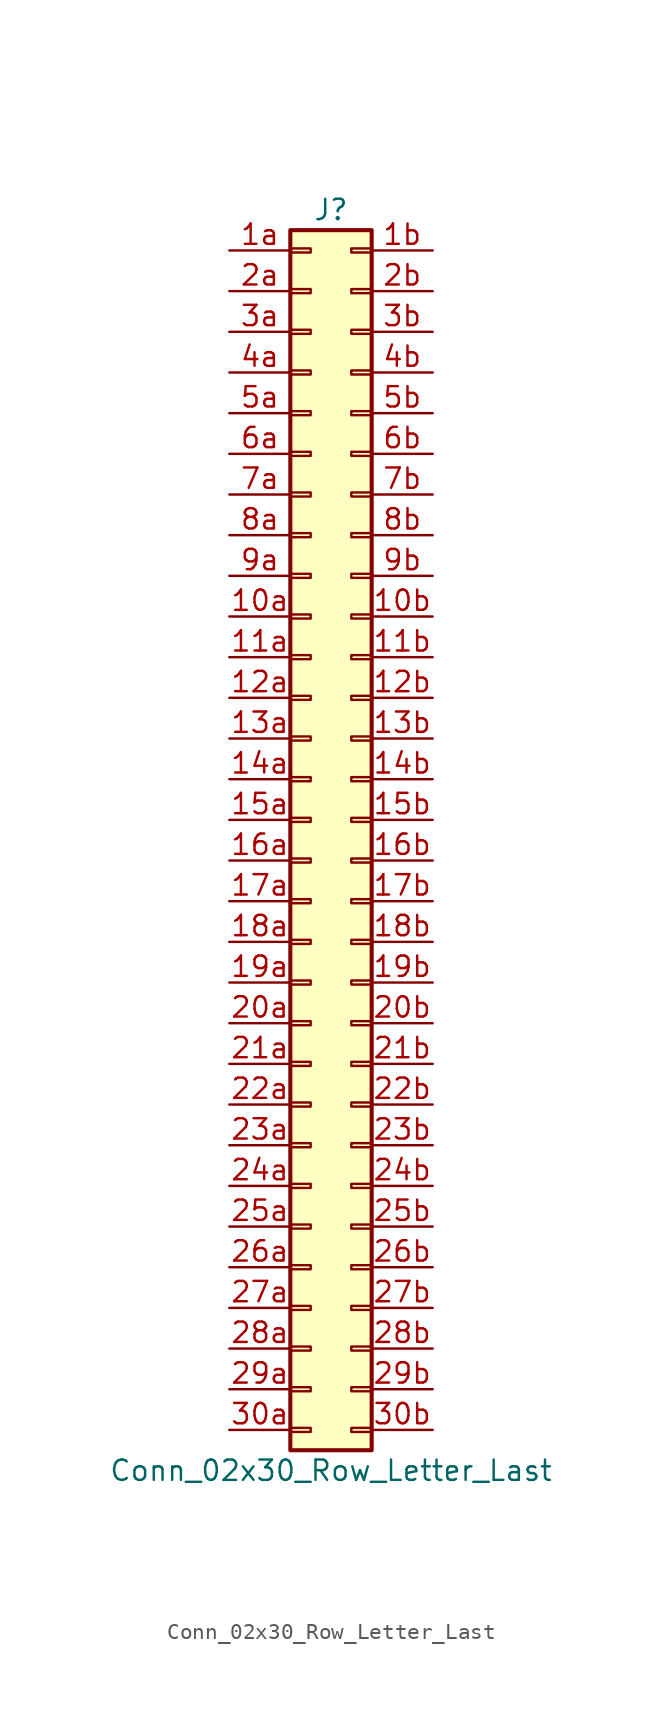
<source format=kicad_sym>
(kicad_symbol_lib
  (version 20220914)
  (generator kicad_symbol_editor)
  (symbol "Conn_02x30_Row_Letter_Last"
    (pin_names
      (offset 1.016) hide)
    (property "Reference" "J"
      (at 1.27 38.1 0)
      (effects (font (size 1.27 1.27))))
    (property "Value" "Conn_02x30_Row_Letter_Last"
      (at 1.27 -40.64 0)
      (effects (font (size 1.27 1.27))))
    (symbol "Conn_02x30_Row_Letter_Last_1_1"
      (rectangle (start -1.27 -37.973) (end 0 -38.227) (stroke (width 0.152) (type solid)) (fill (type none)))
      (rectangle (start -1.27 -35.433) (end 0 -35.687) (stroke (width 0.152) (type solid)) (fill (type none)))
      (rectangle (start -1.27 -32.893) (end 0 -33.147) (stroke (width 0.152) (type solid)) (fill (type none)))
      (rectangle (start -1.27 -30.353) (end 0 -30.607) (stroke (width 0.152) (type solid)) (fill (type none)))
      (rectangle (start -1.27 -27.813) (end 0 -28.067) (stroke (width 0.152) (type solid)) (fill (type none)))
      (rectangle (start -1.27 -25.273) (end 0 -25.527) (stroke (width 0.152) (type solid)) (fill (type none)))
      (rectangle (start -1.27 -22.733) (end 0 -22.987) (stroke (width 0.152) (type solid)) (fill (type none)))
      (rectangle (start -1.27 -20.193) (end 0 -20.447) (stroke (width 0.152) (type solid)) (fill (type none)))
      (rectangle (start -1.27 -17.653) (end 0 -17.907) (stroke (width 0.152) (type solid)) (fill (type none)))
      (rectangle (start -1.27 -15.113) (end 0 -15.367) (stroke (width 0.152) (type solid)) (fill (type none)))
      (rectangle (start -1.27 -12.573) (end 0 -12.827) (stroke (width 0.152) (type solid)) (fill (type none)))
      (rectangle (start -1.27 -10.033) (end 0 -10.287) (stroke (width 0.152) (type solid)) (fill (type none)))
      (rectangle (start -1.27 -7.493) (end 0 -7.747) (stroke (width 0.152) (type solid)) (fill (type none)))
      (rectangle (start -1.27 -4.953) (end 0 -5.207) (stroke (width 0.152) (type solid)) (fill (type none)))
      (rectangle (start -1.27 -2.413) (end 0 -2.667) (stroke (width 0.152) (type solid)) (fill (type none)))
      (rectangle (start -1.27 0.127) (end 0 -0.127) (stroke (width 0.152) (type solid)) (fill (type none)))
      (rectangle (start -1.27 2.667) (end 0 2.413) (stroke (width 0.152) (type solid)) (fill (type none)))
      (rectangle (start -1.27 5.207) (end 0 4.953) (stroke (width 0.152) (type solid)) (fill (type none)))
      (rectangle (start -1.27 7.747) (end 0 7.493) (stroke (width 0.152) (type solid)) (fill (type none)))
      (rectangle (start -1.27 10.287) (end 0 10.033) (stroke (width 0.152) (type solid)) (fill (type none)))
      (rectangle (start -1.27 12.827) (end 0 12.573) (stroke (width 0.152) (type solid)) (fill (type none)))
      (rectangle (start -1.27 15.367) (end 0 15.113) (stroke (width 0.152) (type solid)) (fill (type none)))
      (rectangle (start -1.27 17.907) (end 0 17.653) (stroke (width 0.152) (type solid)) (fill (type none)))
      (rectangle (start -1.27 20.447) (end 0 20.193) (stroke (width 0.152) (type solid)) (fill (type none)))
      (rectangle (start -1.27 22.987) (end 0 22.733) (stroke (width 0.152) (type solid)) (fill (type none)))
      (rectangle (start -1.27 25.527) (end 0 25.273) (stroke (width 0.152) (type solid)) (fill (type none)))
      (rectangle (start -1.27 28.067) (end 0 27.813) (stroke (width 0.152) (type solid)) (fill (type none)))
      (rectangle (start -1.27 30.607) (end 0 30.353) (stroke (width 0.152) (type solid)) (fill (type none)))
      (rectangle (start -1.27 33.147) (end 0 32.893) (stroke (width 0.152) (type solid)) (fill (type none)))
      (rectangle (start -1.27 35.687) (end 0 35.433) (stroke (width 0.152) (type solid)) (fill (type none)))
      (rectangle (start -1.27 36.83) (end 3.81 -39.37) (stroke (width 0.254) (type solid)) (fill (type background)))
      (rectangle (start 3.81 -37.973) (end 2.54 -38.227) (stroke (width 0.152) (type solid)) (fill (type none)))
      (rectangle (start 3.81 -35.433) (end 2.54 -35.687) (stroke (width 0.152) (type solid)) (fill (type none)))
      (rectangle (start 3.81 -32.893) (end 2.54 -33.147) (stroke (width 0.152) (type solid)) (fill (type none)))
      (rectangle (start 3.81 -30.353) (end 2.54 -30.607) (stroke (width 0.152) (type solid)) (fill (type none)))
      (rectangle (start 3.81 -27.813) (end 2.54 -28.067) (stroke (width 0.152) (type solid)) (fill (type none)))
      (rectangle (start 3.81 -25.273) (end 2.54 -25.527) (stroke (width 0.152) (type solid)) (fill (type none)))
      (rectangle (start 3.81 -22.733) (end 2.54 -22.987) (stroke (width 0.152) (type solid)) (fill (type none)))
      (rectangle (start 3.81 -20.193) (end 2.54 -20.447) (stroke (width 0.152) (type solid)) (fill (type none)))
      (rectangle (start 3.81 -17.653) (end 2.54 -17.907) (stroke (width 0.152) (type solid)) (fill (type none)))
      (rectangle (start 3.81 -15.113) (end 2.54 -15.367) (stroke (width 0.152) (type solid)) (fill (type none)))
      (rectangle (start 3.81 -12.573) (end 2.54 -12.827) (stroke (width 0.152) (type solid)) (fill (type none)))
      (rectangle (start 3.81 -10.033) (end 2.54 -10.287) (stroke (width 0.152) (type solid)) (fill (type none)))
      (rectangle (start 3.81 -7.493) (end 2.54 -7.747) (stroke (width 0.152) (type solid)) (fill (type none)))
      (rectangle (start 3.81 -4.953) (end 2.54 -5.207) (stroke (width 0.152) (type solid)) (fill (type none)))
      (rectangle (start 3.81 -2.413) (end 2.54 -2.667) (stroke (width 0.152) (type solid)) (fill (type none)))
      (rectangle (start 3.81 0.127) (end 2.54 -0.127) (stroke (width 0.152) (type solid)) (fill (type none)))
      (rectangle (start 3.81 2.667) (end 2.54 2.413) (stroke (width 0.152) (type solid)) (fill (type none)))
      (rectangle (start 3.81 5.207) (end 2.54 4.953) (stroke (width 0.152) (type solid)) (fill (type none)))
      (rectangle (start 3.81 7.747) (end 2.54 7.493) (stroke (width 0.152) (type solid)) (fill (type none)))
      (rectangle (start 3.81 10.287) (end 2.54 10.033) (stroke (width 0.152) (type solid)) (fill (type none)))
      (rectangle (start 3.81 12.827) (end 2.54 12.573) (stroke (width 0.152) (type solid)) (fill (type none)))
      (rectangle (start 3.81 15.367) (end 2.54 15.113) (stroke (width 0.152) (type solid)) (fill (type none)))
      (rectangle (start 3.81 17.907) (end 2.54 17.653) (stroke (width 0.152) (type solid)) (fill (type none)))
      (rectangle (start 3.81 20.447) (end 2.54 20.193) (stroke (width 0.152) (type solid)) (fill (type none)))
      (rectangle (start 3.81 22.987) (end 2.54 22.733) (stroke (width 0.152) (type solid)) (fill (type none)))
      (rectangle (start 3.81 25.527) (end 2.54 25.273) (stroke (width 0.152) (type solid)) (fill (type none)))
      (rectangle (start 3.81 28.067) (end 2.54 27.813) (stroke (width 0.152) (type solid)) (fill (type none)))
      (rectangle (start 3.81 30.607) (end 2.54 30.353) (stroke (width 0.152) (type solid)) (fill (type none)))
      (rectangle (start 3.81 33.147) (end 2.54 32.893) (stroke (width 0.152) (type solid)) (fill (type none)))
      (rectangle (start 3.81 35.687) (end 2.54 35.433) (stroke (width 0.152) (type solid)) (fill (type none)))
      (pin passive line (at -5.08 12.7 0) (length 3.81) (name "Pin_10a" (effects (font (size 1.27 1.27)))) (number "10a" (effects (font (size 1.27 1.27)))))
      (pin passive line (at 7.62 12.7 180) (length 3.81) (name "Pin_10b" (effects (font (size 1.27 1.27)))) (number "10b" (effects (font (size 1.27 1.27)))))
      (pin passive line (at -5.08 10.16 0) (length 3.81) (name "Pin_11a" (effects (font (size 1.27 1.27)))) (number "11a" (effects (font (size 1.27 1.27)))))
      (pin passive line (at 7.62 10.16 180) (length 3.81) (name "Pin_11b" (effects (font (size 1.27 1.27)))) (number "11b" (effects (font (size 1.27 1.27)))))
      (pin passive line (at -5.08 7.62 0) (length 3.81) (name "Pin_12a" (effects (font (size 1.27 1.27)))) (number "12a" (effects (font (size 1.27 1.27)))))
      (pin passive line (at 7.62 7.62 180) (length 3.81) (name "Pin_12b" (effects (font (size 1.27 1.27)))) (number "12b" (effects (font (size 1.27 1.27)))))
      (pin passive line (at -5.08 5.08 0) (length 3.81) (name "Pin_13a" (effects (font (size 1.27 1.27)))) (number "13a" (effects (font (size 1.27 1.27)))))
      (pin passive line (at 7.62 5.08 180) (length 3.81) (name "Pin_13b" (effects (font (size 1.27 1.27)))) (number "13b" (effects (font (size 1.27 1.27)))))
      (pin passive line (at -5.08 2.54 0) (length 3.81) (name "Pin_14a" (effects (font (size 1.27 1.27)))) (number "14a" (effects (font (size 1.27 1.27)))))
      (pin passive line (at 7.62 2.54 180) (length 3.81) (name "Pin_14b" (effects (font (size 1.27 1.27)))) (number "14b" (effects (font (size 1.27 1.27)))))
      (pin passive line (at -5.08 0 0) (length 3.81) (name "Pin_15a" (effects (font (size 1.27 1.27)))) (number "15a" (effects (font (size 1.27 1.27)))))
      (pin passive line (at 7.62 0 180) (length 3.81) (name "Pin_15b" (effects (font (size 1.27 1.27)))) (number "15b" (effects (font (size 1.27 1.27)))))
      (pin passive line (at -5.08 -2.54 0) (length 3.81) (name "Pin_16a" (effects (font (size 1.27 1.27)))) (number "16a" (effects (font (size 1.27 1.27)))))
      (pin passive line (at 7.62 -2.54 180) (length 3.81) (name "Pin_16b" (effects (font (size 1.27 1.27)))) (number "16b" (effects (font (size 1.27 1.27)))))
      (pin passive line (at -5.08 -5.08 0) (length 3.81) (name "Pin_17a" (effects (font (size 1.27 1.27)))) (number "17a" (effects (font (size 1.27 1.27)))))
      (pin passive line (at 7.62 -5.08 180) (length 3.81) (name "Pin_17b" (effects (font (size 1.27 1.27)))) (number "17b" (effects (font (size 1.27 1.27)))))
      (pin passive line (at -5.08 -7.62 0) (length 3.81) (name "Pin_18a" (effects (font (size 1.27 1.27)))) (number "18a" (effects (font (size 1.27 1.27)))))
      (pin passive line (at 7.62 -7.62 180) (length 3.81) (name "Pin_18b" (effects (font (size 1.27 1.27)))) (number "18b" (effects (font (size 1.27 1.27)))))
      (pin passive line (at -5.08 -10.16 0) (length 3.81) (name "Pin_19a" (effects (font (size 1.27 1.27)))) (number "19a" (effects (font (size 1.27 1.27)))))
      (pin passive line (at 7.62 -10.16 180) (length 3.81) (name "Pin_19b" (effects (font (size 1.27 1.27)))) (number "19b" (effects (font (size 1.27 1.27)))))
      (pin passive line (at -5.08 35.56 0) (length 3.81) (name "Pin_1a" (effects (font (size 1.27 1.27)))) (number "1a" (effects (font (size 1.27 1.27)))))
      (pin passive line (at 7.62 35.56 180) (length 3.81) (name "Pin_1b" (effects (font (size 1.27 1.27)))) (number "1b" (effects (font (size 1.27 1.27)))))
      (pin passive line (at -5.08 -12.7 0) (length 3.81) (name "Pin_20a" (effects (font (size 1.27 1.27)))) (number "20a" (effects (font (size 1.27 1.27)))))
      (pin passive line (at 7.62 -12.7 180) (length 3.81) (name "Pin_20b" (effects (font (size 1.27 1.27)))) (number "20b" (effects (font (size 1.27 1.27)))))
      (pin passive line (at -5.08 -15.24 0) (length 3.81) (name "Pin_21a" (effects (font (size 1.27 1.27)))) (number "21a" (effects (font (size 1.27 1.27)))))
      (pin passive line (at 7.62 -15.24 180) (length 3.81) (name "Pin_21b" (effects (font (size 1.27 1.27)))) (number "21b" (effects (font (size 1.27 1.27)))))
      (pin passive line (at -5.08 -17.78 0) (length 3.81) (name "Pin_22a" (effects (font (size 1.27 1.27)))) (number "22a" (effects (font (size 1.27 1.27)))))
      (pin passive line (at 7.62 -17.78 180) (length 3.81) (name "Pin_22b" (effects (font (size 1.27 1.27)))) (number "22b" (effects (font (size 1.27 1.27)))))
      (pin passive line (at -5.08 -20.32 0) (length 3.81) (name "Pin_23a" (effects (font (size 1.27 1.27)))) (number "23a" (effects (font (size 1.27 1.27)))))
      (pin passive line (at 7.62 -20.32 180) (length 3.81) (name "Pin_23b" (effects (font (size 1.27 1.27)))) (number "23b" (effects (font (size 1.27 1.27)))))
      (pin passive line (at -5.08 -22.86 0) (length 3.81) (name "Pin_24a" (effects (font (size 1.27 1.27)))) (number "24a" (effects (font (size 1.27 1.27)))))
      (pin passive line (at 7.62 -22.86 180) (length 3.81) (name "Pin_24b" (effects (font (size 1.27 1.27)))) (number "24b" (effects (font (size 1.27 1.27)))))
      (pin passive line (at -5.08 -25.4 0) (length 3.81) (name "Pin_25a" (effects (font (size 1.27 1.27)))) (number "25a" (effects (font (size 1.27 1.27)))))
      (pin passive line (at 7.62 -25.4 180) (length 3.81) (name "Pin_25b" (effects (font (size 1.27 1.27)))) (number "25b" (effects (font (size 1.27 1.27)))))
      (pin passive line (at -5.08 -27.94 0) (length 3.81) (name "Pin_26a" (effects (font (size 1.27 1.27)))) (number "26a" (effects (font (size 1.27 1.27)))))
      (pin passive line (at 7.62 -27.94 180) (length 3.81) (name "Pin_26b" (effects (font (size 1.27 1.27)))) (number "26b" (effects (font (size 1.27 1.27)))))
      (pin passive line (at -5.08 -30.48 0) (length 3.81) (name "Pin_27a" (effects (font (size 1.27 1.27)))) (number "27a" (effects (font (size 1.27 1.27)))))
      (pin passive line (at 7.62 -30.48 180) (length 3.81) (name "Pin_27b" (effects (font (size 1.27 1.27)))) (number "27b" (effects (font (size 1.27 1.27)))))
      (pin passive line (at -5.08 -33.02 0) (length 3.81) (name "Pin_28a" (effects (font (size 1.27 1.27)))) (number "28a" (effects (font (size 1.27 1.27)))))
      (pin passive line (at 7.62 -33.02 180) (length 3.81) (name "Pin_28b" (effects (font (size 1.27 1.27)))) (number "28b" (effects (font (size 1.27 1.27)))))
      (pin passive line (at -5.08 -35.56 0) (length 3.81) (name "Pin_29a" (effects (font (size 1.27 1.27)))) (number "29a" (effects (font (size 1.27 1.27)))))
      (pin passive line (at 7.62 -35.56 180) (length 3.81) (name "Pin_29b" (effects (font (size 1.27 1.27)))) (number "29b" (effects (font (size 1.27 1.27)))))
      (pin passive line (at -5.08 33.02 0) (length 3.81) (name "Pin_2a" (effects (font (size 1.27 1.27)))) (number "2a" (effects (font (size 1.27 1.27)))))
      (pin passive line (at 7.62 33.02 180) (length 3.81) (name "Pin_2b" (effects (font (size 1.27 1.27)))) (number "2b" (effects (font (size 1.27 1.27)))))
      (pin passive line (at -5.08 -38.1 0) (length 3.81) (name "Pin_30a" (effects (font (size 1.27 1.27)))) (number "30a" (effects (font (size 1.27 1.27)))))
      (pin passive line (at 7.62 -38.1 180) (length 3.81) (name "Pin_30b" (effects (font (size 1.27 1.27)))) (number "30b" (effects (font (size 1.27 1.27)))))
      (pin passive line (at -5.08 30.48 0) (length 3.81) (name "Pin_3a" (effects (font (size 1.27 1.27)))) (number "3a" (effects (font (size 1.27 1.27)))))
      (pin passive line (at 7.62 30.48 180) (length 3.81) (name "Pin_3b" (effects (font (size 1.27 1.27)))) (number "3b" (effects (font (size 1.27 1.27)))))
      (pin passive line (at -5.08 27.94 0) (length 3.81) (name "Pin_4a" (effects (font (size 1.27 1.27)))) (number "4a" (effects (font (size 1.27 1.27)))))
      (pin passive line (at 7.62 27.94 180) (length 3.81) (name "Pin_4b" (effects (font (size 1.27 1.27)))) (number "4b" (effects (font (size 1.27 1.27)))))
      (pin passive line (at -5.08 25.4 0) (length 3.81) (name "Pin_5a" (effects (font (size 1.27 1.27)))) (number "5a" (effects (font (size 1.27 1.27)))))
      (pin passive line (at 7.62 25.4 180) (length 3.81) (name "Pin_5b" (effects (font (size 1.27 1.27)))) (number "5b" (effects (font (size 1.27 1.27)))))
      (pin passive line (at -5.08 22.86 0) (length 3.81) (name "Pin_6a" (effects (font (size 1.27 1.27)))) (number "6a" (effects (font (size 1.27 1.27)))))
      (pin passive line (at 7.62 22.86 180) (length 3.81) (name "Pin_6b" (effects (font (size 1.27 1.27)))) (number "6b" (effects (font (size 1.27 1.27)))))
      (pin passive line (at -5.08 20.32 0) (length 3.81) (name "Pin_7a" (effects (font (size 1.27 1.27)))) (number "7a" (effects (font (size 1.27 1.27)))))
      (pin passive line (at 7.62 20.32 180) (length 3.81) (name "Pin_7b" (effects (font (size 1.27 1.27)))) (number "7b" (effects (font (size 1.27 1.27)))))
      (pin passive line (at -5.08 17.78 0) (length 3.81) (name "Pin_8a" (effects (font (size 1.27 1.27)))) (number "8a" (effects (font (size 1.27 1.27)))))
      (pin passive line (at 7.62 17.78 180) (length 3.81) (name "Pin_8b" (effects (font (size 1.27 1.27)))) (number "8b" (effects (font (size 1.27 1.27)))))
      (pin passive line (at -5.08 15.24 0) (length 3.81) (name "Pin_9a" (effects (font (size 1.27 1.27)))) (number "9a" (effects (font (size 1.27 1.27)))))
      (pin passive line (at 7.62 15.24 180) (length 3.81) (name "Pin_9b" (effects (font (size 1.27 1.27)))) (number "9b" (effects (font (size 1.27 1.27))))))))
</source>
